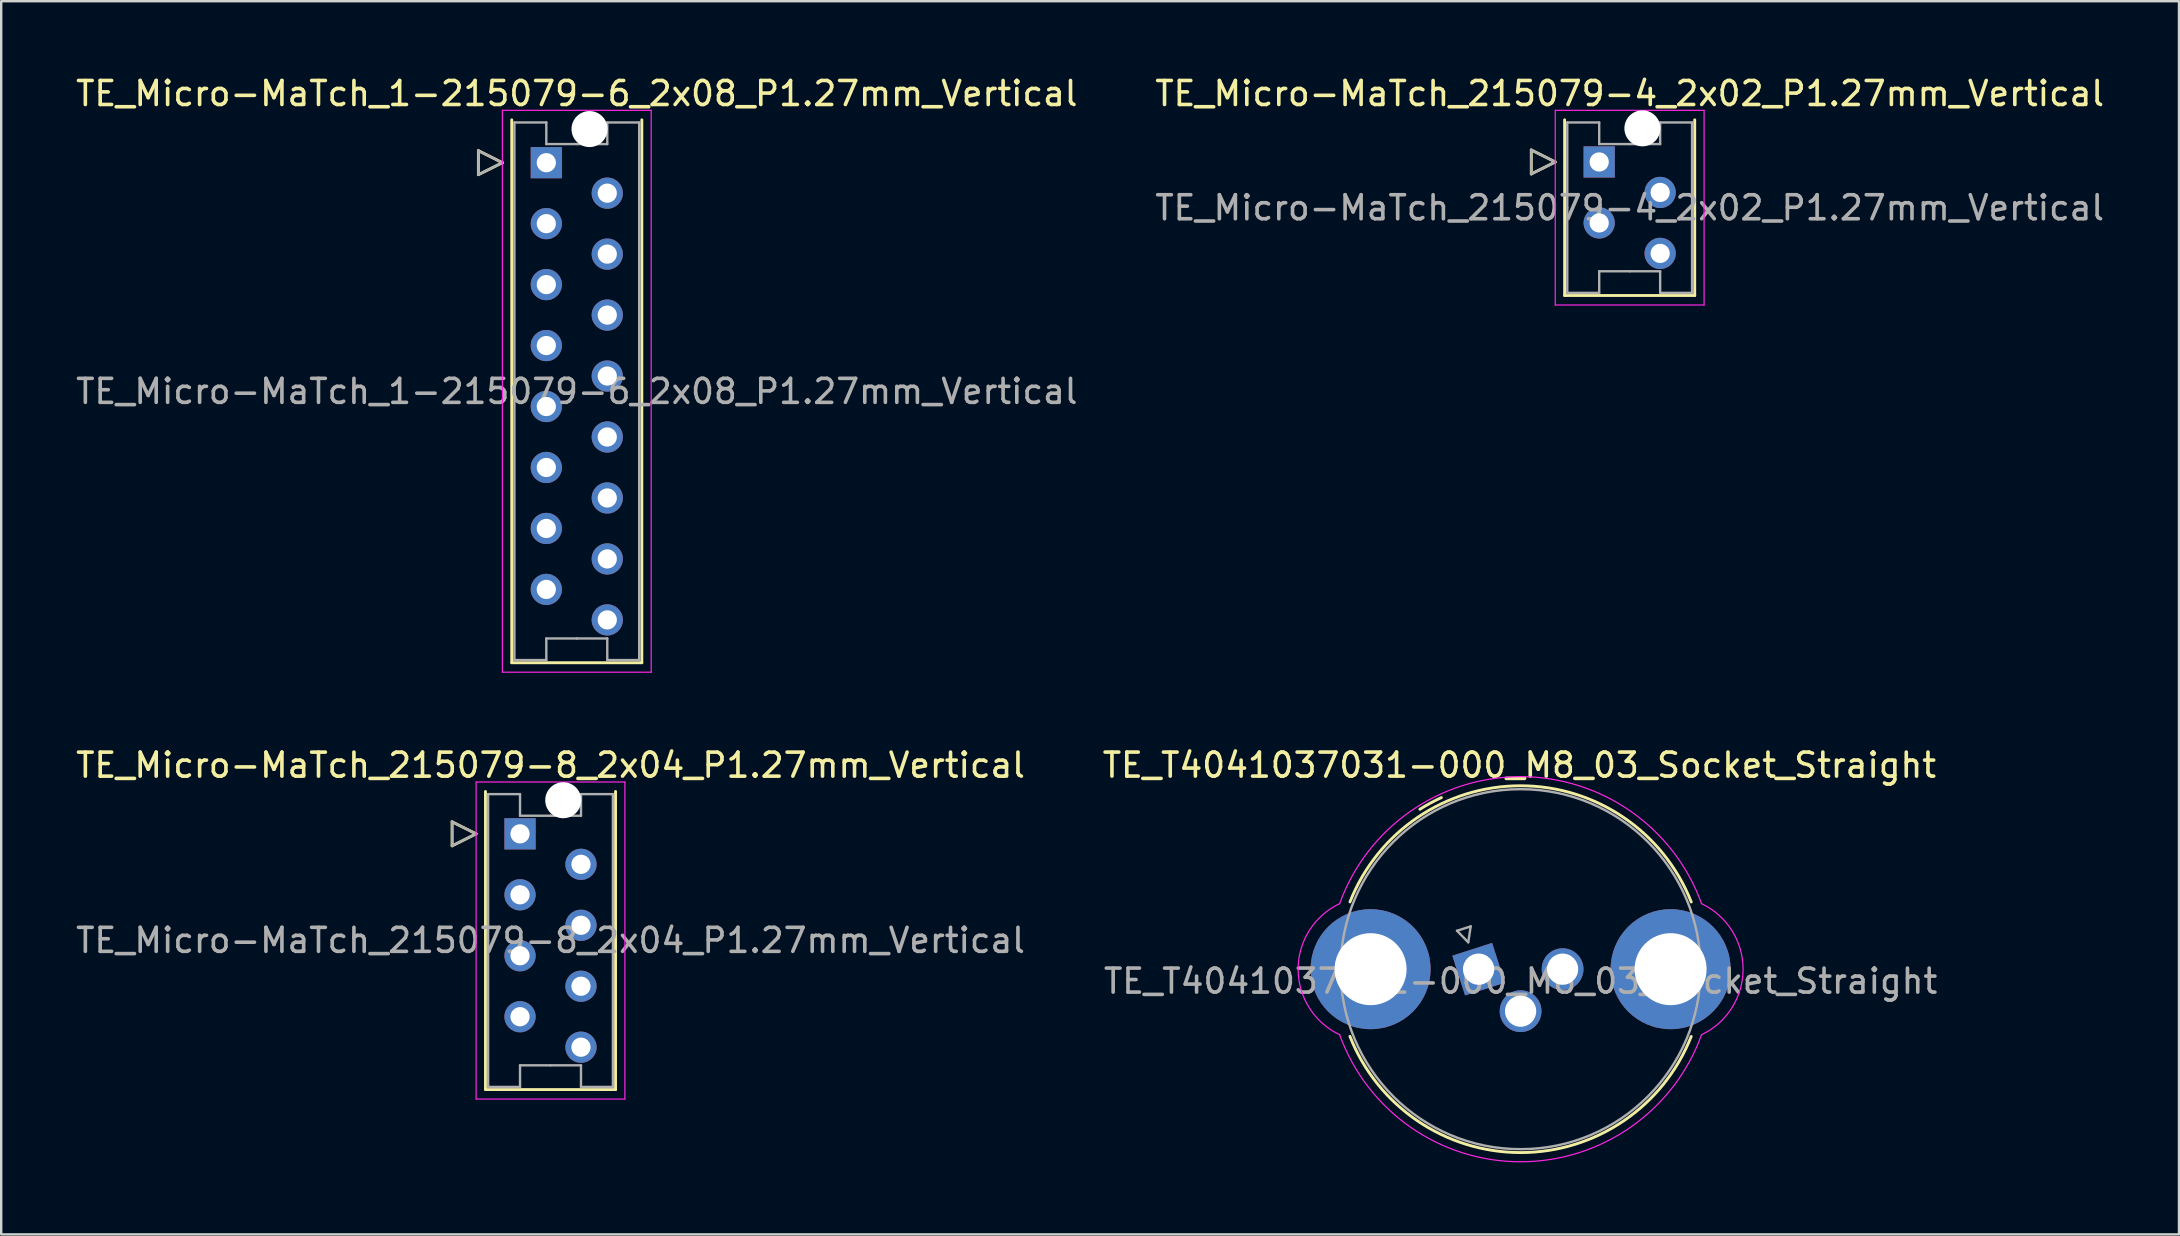
<source format=kicad_pcb>
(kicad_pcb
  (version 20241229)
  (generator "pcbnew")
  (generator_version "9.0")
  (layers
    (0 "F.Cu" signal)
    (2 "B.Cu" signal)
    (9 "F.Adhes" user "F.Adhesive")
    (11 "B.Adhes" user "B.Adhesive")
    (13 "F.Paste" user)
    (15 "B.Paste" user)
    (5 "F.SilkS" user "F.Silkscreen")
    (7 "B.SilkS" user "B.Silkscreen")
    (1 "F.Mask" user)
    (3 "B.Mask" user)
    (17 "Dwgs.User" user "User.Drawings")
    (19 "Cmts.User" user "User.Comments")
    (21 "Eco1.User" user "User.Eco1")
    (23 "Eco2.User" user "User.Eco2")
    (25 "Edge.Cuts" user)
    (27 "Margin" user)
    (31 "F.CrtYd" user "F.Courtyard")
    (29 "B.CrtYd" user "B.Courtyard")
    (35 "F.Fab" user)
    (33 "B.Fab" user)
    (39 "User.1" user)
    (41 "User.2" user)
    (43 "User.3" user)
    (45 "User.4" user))
  (footprint "TE_Micro-MaTch_215079-4_2x02_P1.27mm_Vertical"
    (layer "F.Cu")
    (at 63.581 3.698)
    (property "Reference" "TE_Micro-MaTch_215079-4_2x02_P1.27mm_Vertical" (at 1.27 -2.85 0) (layer "F.SilkS") (effects (font (size 1 1) (thickness 0.15))))
    (attr through_hole)
    (fp_line (start -2.83 -0.5) (end -1.83 0) (stroke (width 0.12) (type solid)) (layer "F.SilkS"))
    (fp_line (start -2.83 0.5) (end -2.83 -0.5) (stroke (width 0.12) (type solid)) (layer "F.SilkS"))
    (fp_line (start -1.83 0) (end -2.83 0.5) (stroke (width 0.12) (type solid)) (layer "F.SilkS"))
    (fp_line (start -1.44 -1.755) (end -1.44 5.565) (stroke (width 0.12) (type solid)) (layer "F.SilkS"))
    (fp_line (start -1.44 5.565) (end 3.98 5.565) (stroke (width 0.12) (type solid)) (layer "F.SilkS"))
    (fp_line (start 3.98 5.565) (end 3.98 -1.755) (stroke (width 0.12) (type solid)) (layer "F.SilkS"))
    (fp_line (start -1.83 -2.15) (end -1.83 5.96) (stroke (width 0.05) (type solid)) (layer "F.CrtYd"))
    (fp_line (start -1.83 5.96) (end 4.37 5.96) (stroke (width 0.05) (type solid)) (layer "F.CrtYd"))
    (fp_line (start 4.37 -2.15) (end -1.83 -2.15) (stroke (width 0.05) (type solid)) (layer "F.CrtYd"))
    (fp_line (start 4.37 5.96) (end 4.37 -2.15) (stroke (width 0.05) (type solid)) (layer "F.CrtYd"))
    (fp_line (start -2.83 -0.5) (end -1.83 0) (stroke (width 0.1) (type solid)) (layer "F.Fab"))
    (fp_line (start -2.83 0.5) (end -2.83 -0.5) (stroke (width 0.1) (type solid)) (layer "F.Fab"))
    (fp_line (start -1.83 0) (end -2.83 0.5) (stroke (width 0.1) (type solid)) (layer "F.Fab"))
    (fp_line (start -1.33 -1.645) (end -1.33 1.905) (stroke (width 0.1) (type solid)) (layer "F.Fab"))
    (fp_line (start -1.33 5.455) (end -1.33 1.905) (stroke (width 0.1) (type solid)) (layer "F.Fab"))
    (fp_line (start 0 -1.645) (end -1.33 -1.645) (stroke (width 0.1) (type solid)) (layer "F.Fab"))
    (fp_line (start 0 -0.745) (end 0 -1.645) (stroke (width 0.1) (type solid)) (layer "F.Fab"))
    (fp_line (start 0 4.555) (end 0 5.455) (stroke (width 0.1) (type solid)) (layer "F.Fab"))
    (fp_line (start 0 5.455) (end -1.33 5.455) (stroke (width 0.1) (type solid)) (layer "F.Fab"))
    (fp_line (start 1.27 -0.745) (end 0 -0.745) (stroke (width 0.1) (type solid)) (layer "F.Fab"))
    (fp_line (start 1.27 -0.745) (end 2.54 -0.745) (stroke (width 0.1) (type solid)) (layer "F.Fab"))
    (fp_line (start 1.27 4.555) (end 0 4.555) (stroke (width 0.1) (type solid)) (layer "F.Fab"))
    (fp_line (start 1.27 4.555) (end 2.54 4.555) (stroke (width 0.1) (type solid)) (layer "F.Fab"))
    (fp_line (start 2.54 -1.645) (end 3.87 -1.645) (stroke (width 0.1) (type solid)) (layer "F.Fab"))
    (fp_line (start 2.54 -0.745) (end 2.54 -1.645) (stroke (width 0.1) (type solid)) (layer "F.Fab"))
    (fp_line (start 2.54 4.555) (end 2.54 5.455) (stroke (width 0.1) (type solid)) (layer "F.Fab"))
    (fp_line (start 2.54 5.455) (end 3.87 5.455) (stroke (width 0.1) (type solid)) (layer "F.Fab"))
    (fp_line (start 3.87 -1.645) (end 3.87 1.905) (stroke (width 0.1) (type solid)) (layer "F.Fab"))
    (fp_line (start 3.87 5.455) (end 3.87 1.905) (stroke (width 0.1) (type solid)) (layer "F.Fab"))
    (fp_text user "${REFERENCE}" (at 1.27 1.91 0) (layer "F.Fab") (effects (font (size 1 1) (thickness 0.15))))
    (pad "" np_thru_hole circle (at 1.8 -1.4) (size 1.5 1.5) (drill 1.5) (layers "*.Cu" "*.Mask"))
    (pad "1" thru_hole rect (at 0 0) (size 1.3 1.3) (drill 0.8) (layers "*.Cu" "*.Mask"))
    (pad "2" thru_hole circle (at 2.54 1.27) (size 1.3 1.3) (drill 0.8) (layers "*.Cu" "*.Mask"))
    (pad "3" thru_hole circle (at 0 2.54) (size 1.3 1.3) (drill 0.8) (layers "*.Cu" "*.Mask"))
    (pad "4" thru_hole circle (at 2.54 3.81) (size 1.3 1.3) (drill 0.8) (layers "*.Cu" "*.Mask")))
  (footprint "TE_Micro-MaTch_215079-8_2x04_P1.27mm_Vertical"
    (layer "F.Cu")
    (at 18.617 31.692)
    (property "Reference" "TE_Micro-MaTch_215079-8_2x04_P1.27mm_Vertical" (at 1.27 -2.86 0) (layer "F.SilkS") (effects (font (size 1 1) (thickness 0.15))))
    (attr through_hole)
    (fp_line (start -2.83 -0.5) (end -1.83 0) (stroke (width 0.12) (type solid)) (layer "F.SilkS"))
    (fp_line (start -2.83 0.5) (end -2.83 -0.5) (stroke (width 0.12) (type solid)) (layer "F.SilkS"))
    (fp_line (start -1.83 0) (end -2.83 0.5) (stroke (width 0.12) (type solid)) (layer "F.SilkS"))
    (fp_line (start -1.44 -1.765) (end -1.44 10.655) (stroke (width 0.12) (type solid)) (layer "F.SilkS"))
    (fp_line (start -1.44 10.655) (end 3.98 10.655) (stroke (width 0.12) (type solid)) (layer "F.SilkS"))
    (fp_line (start 3.98 10.655) (end 3.98 -1.765) (stroke (width 0.12) (type solid)) (layer "F.SilkS"))
    (fp_line (start -1.83 -2.16) (end -1.83 11.05) (stroke (width 0.05) (type solid)) (layer "F.CrtYd"))
    (fp_line (start -1.83 11.05) (end 4.37 11.05) (stroke (width 0.05) (type solid)) (layer "F.CrtYd"))
    (fp_line (start 4.37 -2.16) (end -1.83 -2.16) (stroke (width 0.05) (type solid)) (layer "F.CrtYd"))
    (fp_line (start 4.37 11.05) (end 4.37 -2.16) (stroke (width 0.05) (type solid)) (layer "F.CrtYd"))
    (fp_line (start -2.83 -0.5) (end -1.83 0) (stroke (width 0.1) (type solid)) (layer "F.Fab"))
    (fp_line (start -2.83 0.5) (end -2.83 -0.5) (stroke (width 0.1) (type solid)) (layer "F.Fab"))
    (fp_line (start -1.83 0) (end -2.83 0.5) (stroke (width 0.1) (type solid)) (layer "F.Fab"))
    (fp_line (start -1.33 -1.655) (end -1.33 4.445) (stroke (width 0.1) (type solid)) (layer "F.Fab"))
    (fp_line (start -1.33 10.545) (end -1.33 4.445) (stroke (width 0.1) (type solid)) (layer "F.Fab"))
    (fp_line (start 0 -1.655) (end -1.33 -1.655) (stroke (width 0.1) (type solid)) (layer "F.Fab"))
    (fp_line (start 0 -0.755) (end 0 -1.655) (stroke (width 0.1) (type solid)) (layer "F.Fab"))
    (fp_line (start 0 9.645) (end 0 10.545) (stroke (width 0.1) (type solid)) (layer "F.Fab"))
    (fp_line (start 0 10.545) (end -1.33 10.545) (stroke (width 0.1) (type solid)) (layer "F.Fab"))
    (fp_line (start 1.27 -0.755) (end 0 -0.755) (stroke (width 0.1) (type solid)) (layer "F.Fab"))
    (fp_line (start 1.27 -0.755) (end 2.54 -0.755) (stroke (width 0.1) (type solid)) (layer "F.Fab"))
    (fp_line (start 1.27 9.645) (end 0 9.645) (stroke (width 0.1) (type solid)) (layer "F.Fab"))
    (fp_line (start 1.27 9.645) (end 2.54 9.645) (stroke (width 0.1) (type solid)) (layer "F.Fab"))
    (fp_line (start 2.54 -1.655) (end 3.87 -1.655) (stroke (width 0.1) (type solid)) (layer "F.Fab"))
    (fp_line (start 2.54 -0.755) (end 2.54 -1.655) (stroke (width 0.1) (type solid)) (layer "F.Fab"))
    (fp_line (start 2.54 9.645) (end 2.54 10.545) (stroke (width 0.1) (type solid)) (layer "F.Fab"))
    (fp_line (start 2.54 10.545) (end 3.87 10.545) (stroke (width 0.1) (type solid)) (layer "F.Fab"))
    (fp_line (start 3.87 -1.655) (end 3.87 4.445) (stroke (width 0.1) (type solid)) (layer "F.Fab"))
    (fp_line (start 3.87 10.545) (end 3.87 4.445) (stroke (width 0.1) (type solid)) (layer "F.Fab"))
    (fp_text user "${REFERENCE}" (at 1.27 4.44 0) (layer "F.Fab") (effects (font (size 1 1) (thickness 0.15))))
    (pad "" np_thru_hole circle (at 1.8 -1.4) (size 1.5 1.5) (drill 1.5) (layers "*.Cu" "*.Mask"))
    (pad "1" thru_hole rect (at 0 0) (size 1.3 1.3) (drill 0.8) (layers "*.Cu" "*.Mask"))
    (pad "2" thru_hole circle (at 2.54 1.27) (size 1.3 1.3) (drill 0.8) (layers "*.Cu" "*.Mask"))
    (pad "3" thru_hole circle (at 0 2.54) (size 1.3 1.3) (drill 0.8) (layers "*.Cu" "*.Mask"))
    (pad "4" thru_hole circle (at 2.54 3.81) (size 1.3 1.3) (drill 0.8) (layers "*.Cu" "*.Mask"))
    (pad "5" thru_hole circle (at 0 5.08) (size 1.3 1.3) (drill 0.8) (layers "*.Cu" "*.Mask"))
    (pad "6" thru_hole circle (at 2.54 6.35) (size 1.3 1.3) (drill 0.8) (layers "*.Cu" "*.Mask"))
    (pad "7" thru_hole circle (at 0 7.62) (size 1.3 1.3) (drill 0.8) (layers "*.Cu" "*.Mask"))
    (pad "8" thru_hole circle (at 2.54 8.89) (size 1.3 1.3) (drill 0.8) (layers "*.Cu" "*.Mask")))
  (footprint "TE_T4041037031-000_M8_03_Socket_Straight"
    (layer "F.Cu")
    (at 58.556 37.331)
    (property "Reference" "TE_T4041037031-000_M8_03_Socket_Straight" (at 1.7 -8.5 0) (layer "F.SilkS") (effects (font (size 1 1) (thickness 0.15))))
    (attr through_hole)
    (fp_arc (start -5.358655 -2.803412) (mid 1.751834 -7.641472) (end 8.86 -2.8) (stroke (width 0.12) (type default)) (layer "F.SilkS"))
    (fp_arc (start -2.446063 -6.663748) (mid -2.005908 -6.921388) (end -1.55 -7.149999) (stroke (width 0.12) (type default)) (layer "F.SilkS"))
    (fp_arc (start 8.858655 2.803413) (mid 1.748166 7.641472) (end -5.36 2.8) (stroke (width 0.12) (type default)) (layer "F.SilkS"))
    (fp_arc (start -5.79 -2.73) (mid 1.75 -8.021096) (end 9.29 -2.73) (stroke (width 0.05) (type default)) (layer "F.CrtYd"))
    (fp_arc (start -5.79 2.73) (mid -7.519436 0) (end -5.79 -2.73) (stroke (width 0.05) (type default)) (layer "F.CrtYd"))
    (fp_arc (start 9.29 -2.73) (mid 11.019437 0) (end 9.29 2.73) (stroke (width 0.05) (type default)) (layer "F.CrtYd"))
    (fp_arc (start 9.29 2.73) (mid 1.75 8.02452) (end -5.79 2.73) (stroke (width 0.05) (type default)) (layer "F.CrtYd"))
    (fp_line (start -0.9 -1.6) (end -0.431 -1.12) (stroke (width 0.1) (type solid)) (layer "F.Fab"))
    (fp_line (start -0.431 -1.12) (end -0.329 -1.783) (stroke (width 0.1) (type solid)) (layer "F.Fab"))
    (fp_line (start -0.329 -1.783) (end -0.9 -1.6) (stroke (width 0.1) (type solid)) (layer "F.Fab"))
    (fp_circle (center 1.75 0) (end 9.25 0) (stroke (width 0.1) (type default)) (fill no) (layer "F.Fab"))
    (fp_text user "${REFERENCE}" (at 1.75 0.5 0) (layer "F.Fab") (effects (font (size 1 1) (thickness 0.15))))
    (pad "1" thru_hole rect (at 0 0 17.8) (size 1.74 1.74) (drill 1.3) (layers "*.Cu" "*.Mask"))
    (pad "3" thru_hole circle (at 3.5 0 180) (size 1.74 1.74) (drill 1.3) (layers "*.Cu" "*.Mask"))
    (pad "4" thru_hole circle (at 1.75 1.75 180) (size 1.74 1.74) (drill 1.3) (layers "*.Cu" "*.Mask"))
    (pad "SH" thru_hole circle (at -4.5 0 180) (size 5 5) (drill 3) (layers "*.Cu" "*.Mask"))
    (pad "SH" thru_hole circle (at 8 0 180) (size 5 5) (drill 3) (layers "*.Cu" "*.Mask")))
  (footprint "TE_Micro-MaTch_1-215079-6_2x08_P1.27mm_Vertical"
    (layer "F.Cu")
    (at 19.712 3.728)
    (property "Reference" "TE_Micro-MaTch_1-215079-6_2x08_P1.27mm_Vertical" (at 1.27 -2.88 0) (layer "F.SilkS") (effects (font (size 1 1) (thickness 0.15))))
    (attr through_hole)
    (fp_line (start -2.83 -0.5) (end -1.83 0) (stroke (width 0.12) (type solid)) (layer "F.SilkS"))
    (fp_line (start -2.83 0.5) (end -2.83 -0.5) (stroke (width 0.12) (type solid)) (layer "F.SilkS"))
    (fp_line (start -1.83 0) (end -2.83 0.5) (stroke (width 0.12) (type solid)) (layer "F.SilkS"))
    (fp_line (start -1.44 -1.785) (end -1.44 20.835) (stroke (width 0.12) (type solid)) (layer "F.SilkS"))
    (fp_line (start -1.44 20.835) (end 3.98 20.835) (stroke (width 0.12) (type solid)) (layer "F.SilkS"))
    (fp_line (start 3.98 20.835) (end 3.98 -1.785) (stroke (width 0.12) (type solid)) (layer "F.SilkS"))
    (fp_line (start -1.83 -2.18) (end -1.83 21.23) (stroke (width 0.05) (type solid)) (layer "F.CrtYd"))
    (fp_line (start -1.83 21.23) (end 4.37 21.23) (stroke (width 0.05) (type solid)) (layer "F.CrtYd"))
    (fp_line (start 4.37 -2.18) (end -1.83 -2.18) (stroke (width 0.05) (type solid)) (layer "F.CrtYd"))
    (fp_line (start 4.37 21.23) (end 4.37 -2.18) (stroke (width 0.05) (type solid)) (layer "F.CrtYd"))
    (fp_line (start -2.83 -0.5) (end -1.83 0) (stroke (width 0.1) (type solid)) (layer "F.Fab"))
    (fp_line (start -2.83 0.5) (end -2.83 -0.5) (stroke (width 0.1) (type solid)) (layer "F.Fab"))
    (fp_line (start -1.83 0) (end -2.83 0.5) (stroke (width 0.1) (type solid)) (layer "F.Fab"))
    (fp_line (start -1.33 -1.675) (end -1.33 9.525) (stroke (width 0.1) (type solid)) (layer "F.Fab"))
    (fp_line (start -1.33 20.725) (end -1.33 9.525) (stroke (width 0.1) (type solid)) (layer "F.Fab"))
    (fp_line (start 0 -1.675) (end -1.33 -1.675) (stroke (width 0.1) (type solid)) (layer "F.Fab"))
    (fp_line (start 0 -0.775) (end 0 -1.675) (stroke (width 0.1) (type solid)) (layer "F.Fab"))
    (fp_line (start 0 19.825) (end 0 20.725) (stroke (width 0.1) (type solid)) (layer "F.Fab"))
    (fp_line (start 0 20.725) (end -1.33 20.725) (stroke (width 0.1) (type solid)) (layer "F.Fab"))
    (fp_line (start 1.27 -0.775) (end 0 -0.775) (stroke (width 0.1) (type solid)) (layer "F.Fab"))
    (fp_line (start 1.27 -0.775) (end 2.54 -0.775) (stroke (width 0.1) (type solid)) (layer "F.Fab"))
    (fp_line (start 1.27 19.825) (end 0 19.825) (stroke (width 0.1) (type solid)) (layer "F.Fab"))
    (fp_line (start 1.27 19.825) (end 2.54 19.825) (stroke (width 0.1) (type solid)) (layer "F.Fab"))
    (fp_line (start 2.54 -1.675) (end 3.87 -1.675) (stroke (width 0.1) (type solid)) (layer "F.Fab"))
    (fp_line (start 2.54 -0.775) (end 2.54 -1.675) (stroke (width 0.1) (type solid)) (layer "F.Fab"))
    (fp_line (start 2.54 19.825) (end 2.54 20.725) (stroke (width 0.1) (type solid)) (layer "F.Fab"))
    (fp_line (start 2.54 20.725) (end 3.87 20.725) (stroke (width 0.1) (type solid)) (layer "F.Fab"))
    (fp_line (start 3.87 -1.675) (end 3.87 9.525) (stroke (width 0.1) (type solid)) (layer "F.Fab"))
    (fp_line (start 3.87 20.725) (end 3.87 9.525) (stroke (width 0.1) (type solid)) (layer "F.Fab"))
    (fp_text user "${REFERENCE}" (at 1.27 9.53 0) (layer "F.Fab") (effects (font (size 1 1) (thickness 0.15))))
    (pad "" np_thru_hole circle (at 1.8 -1.4) (size 1.5 1.5) (drill 1.5) (layers "*.Cu" "*.Mask"))
    (pad "1" thru_hole rect (at 0 0) (size 1.3 1.3) (drill 0.8) (layers "*.Cu" "*.Mask"))
    (pad "2" thru_hole circle (at 2.54 1.27) (size 1.3 1.3) (drill 0.8) (layers "*.Cu" "*.Mask"))
    (pad "3" thru_hole circle (at 0 2.54) (size 1.3 1.3) (drill 0.8) (layers "*.Cu" "*.Mask"))
    (pad "4" thru_hole circle (at 2.54 3.81) (size 1.3 1.3) (drill 0.8) (layers "*.Cu" "*.Mask"))
    (pad "5" thru_hole circle (at 0 5.08) (size 1.3 1.3) (drill 0.8) (layers "*.Cu" "*.Mask"))
    (pad "6" thru_hole circle (at 2.54 6.35) (size 1.3 1.3) (drill 0.8) (layers "*.Cu" "*.Mask"))
    (pad "7" thru_hole circle (at 0 7.62) (size 1.3 1.3) (drill 0.8) (layers "*.Cu" "*.Mask"))
    (pad "8" thru_hole circle (at 2.54 8.89) (size 1.3 1.3) (drill 0.8) (layers "*.Cu" "*.Mask"))
    (pad "9" thru_hole circle (at 0 10.16) (size 1.3 1.3) (drill 0.8) (layers "*.Cu" "*.Mask"))
    (pad "10" thru_hole circle (at 2.54 11.43) (size 1.3 1.3) (drill 0.8) (layers "*.Cu" "*.Mask"))
    (pad "11" thru_hole circle (at 0 12.7) (size 1.3 1.3) (drill 0.8) (layers "*.Cu" "*.Mask"))
    (pad "12" thru_hole circle (at 2.54 13.97) (size 1.3 1.3) (drill 0.8) (layers "*.Cu" "*.Mask"))
    (pad "13" thru_hole circle (at 0 15.24) (size 1.3 1.3) (drill 0.8) (layers "*.Cu" "*.Mask"))
    (pad "14" thru_hole circle (at 2.54 16.51) (size 1.3 1.3) (drill 0.8) (layers "*.Cu" "*.Mask"))
    (pad "15" thru_hole circle (at 0 17.78) (size 1.3 1.3) (drill 0.8) (layers "*.Cu" "*.Mask"))
    (pad "16" thru_hole circle (at 2.54 19.05) (size 1.3 1.3) (drill 0.8) (layers "*.Cu" "*.Mask")))
  (gr_rect
    (start -3 -3)
    (end 87.738 48.381)
    (stroke (width 0.1) (type default))
    (fill no)
    (layer "Edge.Cuts")))
</source>
